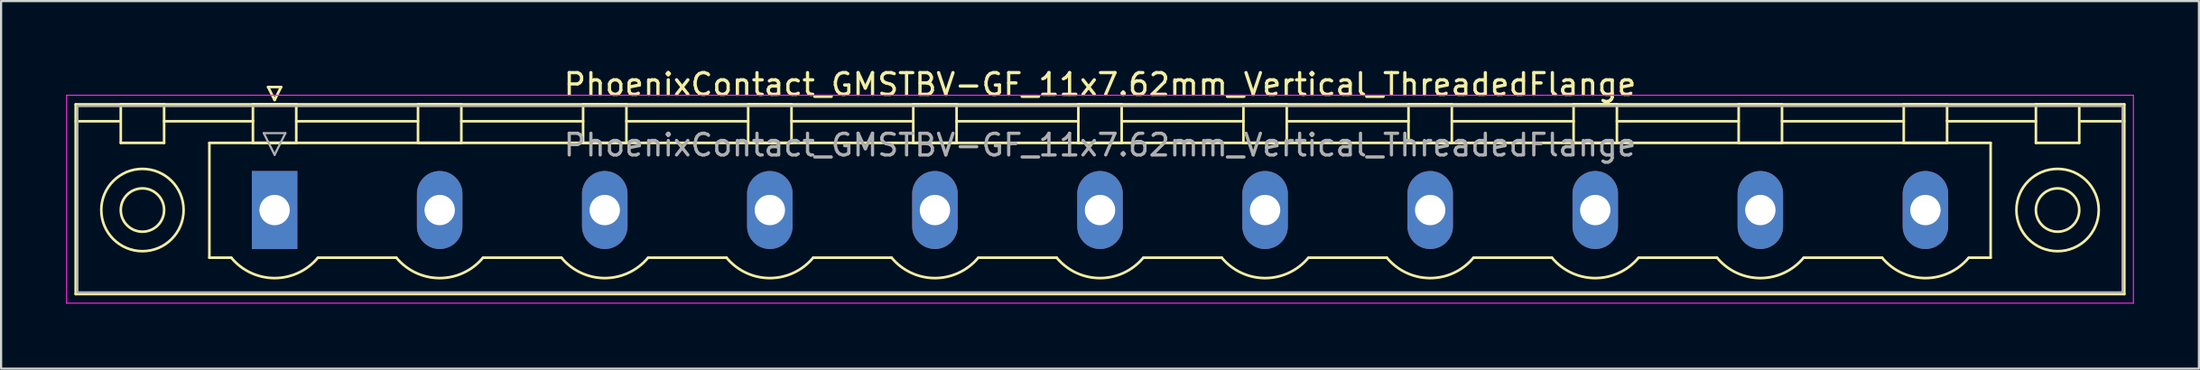
<source format=kicad_pcb>
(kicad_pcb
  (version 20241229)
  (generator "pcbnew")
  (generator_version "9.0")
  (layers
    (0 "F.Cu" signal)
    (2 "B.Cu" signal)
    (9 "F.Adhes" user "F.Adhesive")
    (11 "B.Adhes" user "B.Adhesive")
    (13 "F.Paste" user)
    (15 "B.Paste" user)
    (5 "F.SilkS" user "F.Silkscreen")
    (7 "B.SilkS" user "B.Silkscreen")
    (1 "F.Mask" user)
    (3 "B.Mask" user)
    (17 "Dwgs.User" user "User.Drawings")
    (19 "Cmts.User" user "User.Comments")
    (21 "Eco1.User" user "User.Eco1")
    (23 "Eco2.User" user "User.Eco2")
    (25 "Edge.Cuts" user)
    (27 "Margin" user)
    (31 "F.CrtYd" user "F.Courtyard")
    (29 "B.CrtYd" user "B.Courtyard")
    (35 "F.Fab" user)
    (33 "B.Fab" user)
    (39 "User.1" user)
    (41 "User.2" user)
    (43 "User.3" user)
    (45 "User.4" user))
  (footprint "PhoenixContact_GMSTBV-GF_11x7.62mm_Vertical_ThreadedFlange"
    (layer "F.Cu")
    (at 9.625 6.648)
    (property "Reference" "PhoenixContact_GMSTBV-GF_11x7.62mm_Vertical_ThreadedFlange" (at 38.1 -5.8 0) (layer "F.SilkS") (effects (font (size 1 1) (thickness 0.15))))
    (attr through_hole)
    (fp_line (start -9.18 -4.88) (end -9.18 3.88) (stroke (width 0.12) (type solid)) (layer "F.SilkS"))
    (fp_line (start -9.18 -4.1) (end -7.18 -4.1) (stroke (width 0.12) (type solid)) (layer "F.SilkS"))
    (fp_line (start -9.18 3.88) (end 85.38 3.88) (stroke (width 0.12) (type solid)) (layer "F.SilkS"))
    (fp_line (start -7.1 -4.88) (end -5.1 -4.88) (stroke (width 0.12) (type solid)) (layer "F.SilkS"))
    (fp_line (start -7.1 -3.1) (end -7.1 -4.88) (stroke (width 0.12) (type solid)) (layer "F.SilkS"))
    (fp_line (start -5.1 -4.88) (end -5.1 -3.1) (stroke (width 0.12) (type solid)) (layer "F.SilkS"))
    (fp_line (start -5.1 -4.1) (end -1 -4.1) (stroke (width 0.12) (type solid)) (layer "F.SilkS"))
    (fp_line (start -5.1 -3.1) (end -7.1 -3.1) (stroke (width 0.12) (type solid)) (layer "F.SilkS"))
    (fp_line (start -3.01 -3.1) (end 79.21 -3.1) (stroke (width 0.12) (type solid)) (layer "F.SilkS"))
    (fp_line (start -3.01 2.2) (end -3.01 -3.1) (stroke (width 0.12) (type solid)) (layer "F.SilkS"))
    (fp_line (start -2 2.2) (end -3.01 2.2) (stroke (width 0.12) (type solid)) (layer "F.SilkS"))
    (fp_line (start -1 -4.88) (end 1 -4.88) (stroke (width 0.12) (type solid)) (layer "F.SilkS"))
    (fp_line (start -1 -3.1) (end -1 -4.88) (stroke (width 0.12) (type solid)) (layer "F.SilkS"))
    (fp_line (start -0.3 -5.68) (end 0.3 -5.68) (stroke (width 0.12) (type solid)) (layer "F.SilkS"))
    (fp_line (start 0 -5.08) (end -0.3 -5.68) (stroke (width 0.12) (type solid)) (layer "F.SilkS"))
    (fp_line (start 0.3 -5.68) (end 0 -5.08) (stroke (width 0.12) (type solid)) (layer "F.SilkS"))
    (fp_line (start 1 -4.88) (end 1 -3.1) (stroke (width 0.12) (type solid)) (layer "F.SilkS"))
    (fp_line (start 1 -4.1) (end 6.62 -4.1) (stroke (width 0.12) (type solid)) (layer "F.SilkS"))
    (fp_line (start 1 -3.1) (end -1 -3.1) (stroke (width 0.12) (type solid)) (layer "F.SilkS"))
    (fp_line (start 2 2.2) (end 5.62 2.2) (stroke (width 0.12) (type solid)) (layer "F.SilkS"))
    (fp_line (start 6.62 -4.88) (end 8.62 -4.88) (stroke (width 0.12) (type solid)) (layer "F.SilkS"))
    (fp_line (start 6.62 -3.1) (end 6.62 -4.88) (stroke (width 0.12) (type solid)) (layer "F.SilkS"))
    (fp_line (start 8.62 -4.88) (end 8.62 -3.1) (stroke (width 0.12) (type solid)) (layer "F.SilkS"))
    (fp_line (start 8.62 -4.1) (end 14.24 -4.1) (stroke (width 0.12) (type solid)) (layer "F.SilkS"))
    (fp_line (start 8.62 -3.1) (end 6.62 -3.1) (stroke (width 0.12) (type solid)) (layer "F.SilkS"))
    (fp_line (start 9.62 2.2) (end 13.24 2.2) (stroke (width 0.12) (type solid)) (layer "F.SilkS"))
    (fp_line (start 14.24 -4.88) (end 16.24 -4.88) (stroke (width 0.12) (type solid)) (layer "F.SilkS"))
    (fp_line (start 14.24 -3.1) (end 14.24 -4.88) (stroke (width 0.12) (type solid)) (layer "F.SilkS"))
    (fp_line (start 16.24 -4.88) (end 16.24 -3.1) (stroke (width 0.12) (type solid)) (layer "F.SilkS"))
    (fp_line (start 16.24 -4.1) (end 21.86 -4.1) (stroke (width 0.12) (type solid)) (layer "F.SilkS"))
    (fp_line (start 16.24 -3.1) (end 14.24 -3.1) (stroke (width 0.12) (type solid)) (layer "F.SilkS"))
    (fp_line (start 17.24 2.2) (end 20.86 2.2) (stroke (width 0.12) (type solid)) (layer "F.SilkS"))
    (fp_line (start 21.86 -4.88) (end 23.86 -4.88) (stroke (width 0.12) (type solid)) (layer "F.SilkS"))
    (fp_line (start 21.86 -3.1) (end 21.86 -4.88) (stroke (width 0.12) (type solid)) (layer "F.SilkS"))
    (fp_line (start 23.86 -4.88) (end 23.86 -3.1) (stroke (width 0.12) (type solid)) (layer "F.SilkS"))
    (fp_line (start 23.86 -4.1) (end 29.48 -4.1) (stroke (width 0.12) (type solid)) (layer "F.SilkS"))
    (fp_line (start 23.86 -3.1) (end 21.86 -3.1) (stroke (width 0.12) (type solid)) (layer "F.SilkS"))
    (fp_line (start 24.86 2.2) (end 28.48 2.2) (stroke (width 0.12) (type solid)) (layer "F.SilkS"))
    (fp_line (start 29.48 -4.88) (end 31.48 -4.88) (stroke (width 0.12) (type solid)) (layer "F.SilkS"))
    (fp_line (start 29.48 -3.1) (end 29.48 -4.88) (stroke (width 0.12) (type solid)) (layer "F.SilkS"))
    (fp_line (start 31.48 -4.88) (end 31.48 -3.1) (stroke (width 0.12) (type solid)) (layer "F.SilkS"))
    (fp_line (start 31.48 -4.1) (end 37.1 -4.1) (stroke (width 0.12) (type solid)) (layer "F.SilkS"))
    (fp_line (start 31.48 -3.1) (end 29.48 -3.1) (stroke (width 0.12) (type solid)) (layer "F.SilkS"))
    (fp_line (start 32.48 2.2) (end 36.1 2.2) (stroke (width 0.12) (type solid)) (layer "F.SilkS"))
    (fp_line (start 37.1 -4.88) (end 39.1 -4.88) (stroke (width 0.12) (type solid)) (layer "F.SilkS"))
    (fp_line (start 37.1 -3.1) (end 37.1 -4.88) (stroke (width 0.12) (type solid)) (layer "F.SilkS"))
    (fp_line (start 39.1 -4.88) (end 39.1 -3.1) (stroke (width 0.12) (type solid)) (layer "F.SilkS"))
    (fp_line (start 39.1 -4.1) (end 44.72 -4.1) (stroke (width 0.12) (type solid)) (layer "F.SilkS"))
    (fp_line (start 39.1 -3.1) (end 37.1 -3.1) (stroke (width 0.12) (type solid)) (layer "F.SilkS"))
    (fp_line (start 40.1 2.2) (end 43.72 2.2) (stroke (width 0.12) (type solid)) (layer "F.SilkS"))
    (fp_line (start 44.72 -4.88) (end 46.72 -4.88) (stroke (width 0.12) (type solid)) (layer "F.SilkS"))
    (fp_line (start 44.72 -3.1) (end 44.72 -4.88) (stroke (width 0.12) (type solid)) (layer "F.SilkS"))
    (fp_line (start 46.72 -4.88) (end 46.72 -3.1) (stroke (width 0.12) (type solid)) (layer "F.SilkS"))
    (fp_line (start 46.72 -4.1) (end 52.34 -4.1) (stroke (width 0.12) (type solid)) (layer "F.SilkS"))
    (fp_line (start 46.72 -3.1) (end 44.72 -3.1) (stroke (width 0.12) (type solid)) (layer "F.SilkS"))
    (fp_line (start 47.72 2.2) (end 51.34 2.2) (stroke (width 0.12) (type solid)) (layer "F.SilkS"))
    (fp_line (start 52.34 -4.88) (end 54.34 -4.88) (stroke (width 0.12) (type solid)) (layer "F.SilkS"))
    (fp_line (start 52.34 -3.1) (end 52.34 -4.88) (stroke (width 0.12) (type solid)) (layer "F.SilkS"))
    (fp_line (start 54.34 -4.88) (end 54.34 -3.1) (stroke (width 0.12) (type solid)) (layer "F.SilkS"))
    (fp_line (start 54.34 -4.1) (end 59.96 -4.1) (stroke (width 0.12) (type solid)) (layer "F.SilkS"))
    (fp_line (start 54.34 -3.1) (end 52.34 -3.1) (stroke (width 0.12) (type solid)) (layer "F.SilkS"))
    (fp_line (start 55.34 2.2) (end 58.96 2.2) (stroke (width 0.12) (type solid)) (layer "F.SilkS"))
    (fp_line (start 59.96 -4.88) (end 61.96 -4.88) (stroke (width 0.12) (type solid)) (layer "F.SilkS"))
    (fp_line (start 59.96 -3.1) (end 59.96 -4.88) (stroke (width 0.12) (type solid)) (layer "F.SilkS"))
    (fp_line (start 61.96 -4.88) (end 61.96 -3.1) (stroke (width 0.12) (type solid)) (layer "F.SilkS"))
    (fp_line (start 61.96 -4.1) (end 67.58 -4.1) (stroke (width 0.12) (type solid)) (layer "F.SilkS"))
    (fp_line (start 61.96 -3.1) (end 59.96 -3.1) (stroke (width 0.12) (type solid)) (layer "F.SilkS"))
    (fp_line (start 62.96 2.2) (end 66.58 2.2) (stroke (width 0.12) (type solid)) (layer "F.SilkS"))
    (fp_line (start 67.58 -4.88) (end 69.58 -4.88) (stroke (width 0.12) (type solid)) (layer "F.SilkS"))
    (fp_line (start 67.58 -3.1) (end 67.58 -4.88) (stroke (width 0.12) (type solid)) (layer "F.SilkS"))
    (fp_line (start 69.58 -4.88) (end 69.58 -3.1) (stroke (width 0.12) (type solid)) (layer "F.SilkS"))
    (fp_line (start 69.58 -4.1) (end 75.2 -4.1) (stroke (width 0.12) (type solid)) (layer "F.SilkS"))
    (fp_line (start 69.58 -3.1) (end 67.58 -3.1) (stroke (width 0.12) (type solid)) (layer "F.SilkS"))
    (fp_line (start 70.58 2.2) (end 74.2 2.2) (stroke (width 0.12) (type solid)) (layer "F.SilkS"))
    (fp_line (start 75.2 -4.88) (end 77.2 -4.88) (stroke (width 0.12) (type solid)) (layer "F.SilkS"))
    (fp_line (start 75.2 -3.1) (end 75.2 -4.88) (stroke (width 0.12) (type solid)) (layer "F.SilkS"))
    (fp_line (start 77.2 -4.88) (end 77.2 -3.1) (stroke (width 0.12) (type solid)) (layer "F.SilkS"))
    (fp_line (start 77.2 -4.1) (end 81.3 -4.1) (stroke (width 0.12) (type solid)) (layer "F.SilkS"))
    (fp_line (start 77.2 -3.1) (end 75.2 -3.1) (stroke (width 0.12) (type solid)) (layer "F.SilkS"))
    (fp_line (start 79.21 -3.1) (end 79.21 2.2) (stroke (width 0.12) (type solid)) (layer "F.SilkS"))
    (fp_line (start 79.21 2.2) (end 78.2 2.2) (stroke (width 0.12) (type solid)) (layer "F.SilkS"))
    (fp_line (start 81.3 -4.88) (end 83.3 -4.88) (stroke (width 0.12) (type solid)) (layer "F.SilkS"))
    (fp_line (start 81.3 -3.1) (end 81.3 -4.88) (stroke (width 0.12) (type solid)) (layer "F.SilkS"))
    (fp_line (start 83.3 -4.88) (end 83.3 -3.1) (stroke (width 0.12) (type solid)) (layer "F.SilkS"))
    (fp_line (start 83.3 -3.1) (end 81.3 -3.1) (stroke (width 0.12) (type solid)) (layer "F.SilkS"))
    (fp_line (start 85.38 -4.88) (end -9.18 -4.88) (stroke (width 0.12) (type solid)) (layer "F.SilkS"))
    (fp_line (start 85.38 -4.1) (end 83.38 -4.1) (stroke (width 0.12) (type solid)) (layer "F.SilkS"))
    (fp_line (start 85.38 3.88) (end 85.38 -4.88) (stroke (width 0.12) (type solid)) (layer "F.SilkS"))
    (fp_arc (start 1.986842 2.215821) (mid -0.010289 3.142758) (end -2 2.2) (stroke (width 0.12) (type solid)) (layer "F.SilkS"))
    (fp_arc (start 9.606842 2.215821) (mid 7.609711 3.142758) (end 5.62 2.2) (stroke (width 0.12) (type solid)) (layer "F.SilkS"))
    (fp_arc (start 17.226842 2.215821) (mid 15.229711 3.142758) (end 13.24 2.2) (stroke (width 0.12) (type solid)) (layer "F.SilkS"))
    (fp_arc (start 24.846842 2.215821) (mid 22.849711 3.142758) (end 20.86 2.2) (stroke (width 0.12) (type solid)) (layer "F.SilkS"))
    (fp_arc (start 32.466842 2.215821) (mid 30.469711 3.142758) (end 28.48 2.2) (stroke (width 0.12) (type solid)) (layer "F.SilkS"))
    (fp_arc (start 40.086842 2.215821) (mid 38.089711 3.142758) (end 36.1 2.2) (stroke (width 0.12) (type solid)) (layer "F.SilkS"))
    (fp_arc (start 47.706842 2.215821) (mid 45.709711 3.142758) (end 43.72 2.2) (stroke (width 0.12) (type solid)) (layer "F.SilkS"))
    (fp_arc (start 55.326842 2.215821) (mid 53.329711 3.142758) (end 51.34 2.2) (stroke (width 0.12) (type solid)) (layer "F.SilkS"))
    (fp_arc (start 62.946842 2.215821) (mid 60.949711 3.142758) (end 58.96 2.2) (stroke (width 0.12) (type solid)) (layer "F.SilkS"))
    (fp_arc (start 70.566842 2.215821) (mid 68.569711 3.142758) (end 66.58 2.2) (stroke (width 0.12) (type solid)) (layer "F.SilkS"))
    (fp_arc (start 78.186842 2.215821) (mid 76.189711 3.142758) (end 74.2 2.2) (stroke (width 0.12) (type solid)) (layer "F.SilkS"))
    (fp_circle (center -6.1 0) (end -5.1 0) (stroke (width 0.12) (type solid)) (fill no) (layer "F.SilkS"))
    (fp_circle (center -6.1 0) (end -4.2 0) (stroke (width 0.12) (type solid)) (fill no) (layer "F.SilkS"))
    (fp_circle (center 82.3 0) (end 83.3 0) (stroke (width 0.12) (type solid)) (fill no) (layer "F.SilkS"))
    (fp_circle (center 82.3 0) (end 84.2 0) (stroke (width 0.12) (type solid)) (fill no) (layer "F.SilkS"))
    (fp_line (start -9.6 -5.3) (end -9.6 4.3) (stroke (width 0.05) (type solid)) (layer "F.CrtYd"))
    (fp_line (start -9.6 4.3) (end 85.8 4.3) (stroke (width 0.05) (type solid)) (layer "F.CrtYd"))
    (fp_line (start 85.8 -5.3) (end -9.6 -5.3) (stroke (width 0.05) (type solid)) (layer "F.CrtYd"))
    (fp_line (start 85.8 4.3) (end 85.8 -5.3) (stroke (width 0.05) (type solid)) (layer "F.CrtYd"))
    (fp_line (start -9.1 -4.8) (end -9.1 3.8) (stroke (width 0.1) (type solid)) (layer "F.Fab"))
    (fp_line (start -9.1 3.8) (end 85.3 3.8) (stroke (width 0.1) (type solid)) (layer "F.Fab"))
    (fp_line (start -0.5 -3.55) (end 0.5 -3.55) (stroke (width 0.1) (type solid)) (layer "F.Fab"))
    (fp_line (start 0 -2.55) (end -0.5 -3.55) (stroke (width 0.1) (type solid)) (layer "F.Fab"))
    (fp_line (start 0.5 -3.55) (end 0 -2.55) (stroke (width 0.1) (type solid)) (layer "F.Fab"))
    (fp_line (start 85.3 -4.8) (end -9.1 -4.8) (stroke (width 0.1) (type solid)) (layer "F.Fab"))
    (fp_line (start 85.3 3.8) (end 85.3 -4.8) (stroke (width 0.1) (type solid)) (layer "F.Fab"))
    (fp_text user "${REFERENCE}" (at 38.1 -3 0) (layer "F.Fab") (effects (font (size 1 1) (thickness 0.15))))
    (pad "1" thru_hole rect (at 0 0) (size 2.1 3.6) (drill 1.4) (layers "*.Cu" "*.Mask"))
    (pad "2" thru_hole oval (at 7.62 0) (size 2.1 3.6) (drill 1.4) (layers "*.Cu" "*.Mask"))
    (pad "3" thru_hole oval (at 15.24 0) (size 2.1 3.6) (drill 1.4) (layers "*.Cu" "*.Mask"))
    (pad "4" thru_hole oval (at 22.86 0) (size 2.1 3.6) (drill 1.4) (layers "*.Cu" "*.Mask"))
    (pad "5" thru_hole oval (at 30.48 0) (size 2.1 3.6) (drill 1.4) (layers "*.Cu" "*.Mask"))
    (pad "6" thru_hole oval (at 38.1 0) (size 2.1 3.6) (drill 1.4) (layers "*.Cu" "*.Mask"))
    (pad "7" thru_hole oval (at 45.72 0) (size 2.1 3.6) (drill 1.4) (layers "*.Cu" "*.Mask"))
    (pad "8" thru_hole oval (at 53.34 0) (size 2.1 3.6) (drill 1.4) (layers "*.Cu" "*.Mask"))
    (pad "9" thru_hole oval (at 60.96 0) (size 2.1 3.6) (drill 1.4) (layers "*.Cu" "*.Mask"))
    (pad "10" thru_hole oval (at 68.58 0) (size 2.1 3.6) (drill 1.4) (layers "*.Cu" "*.Mask"))
    (pad "11" thru_hole oval (at 76.2 0) (size 2.1 3.6) (drill 1.4) (layers "*.Cu" "*.Mask")))
  (gr_rect
    (start -3 -3)
    (end 98.45 13.973)
    (stroke (width 0.1) (type default))
    (fill no)
    (layer "Edge.Cuts")))
</source>
